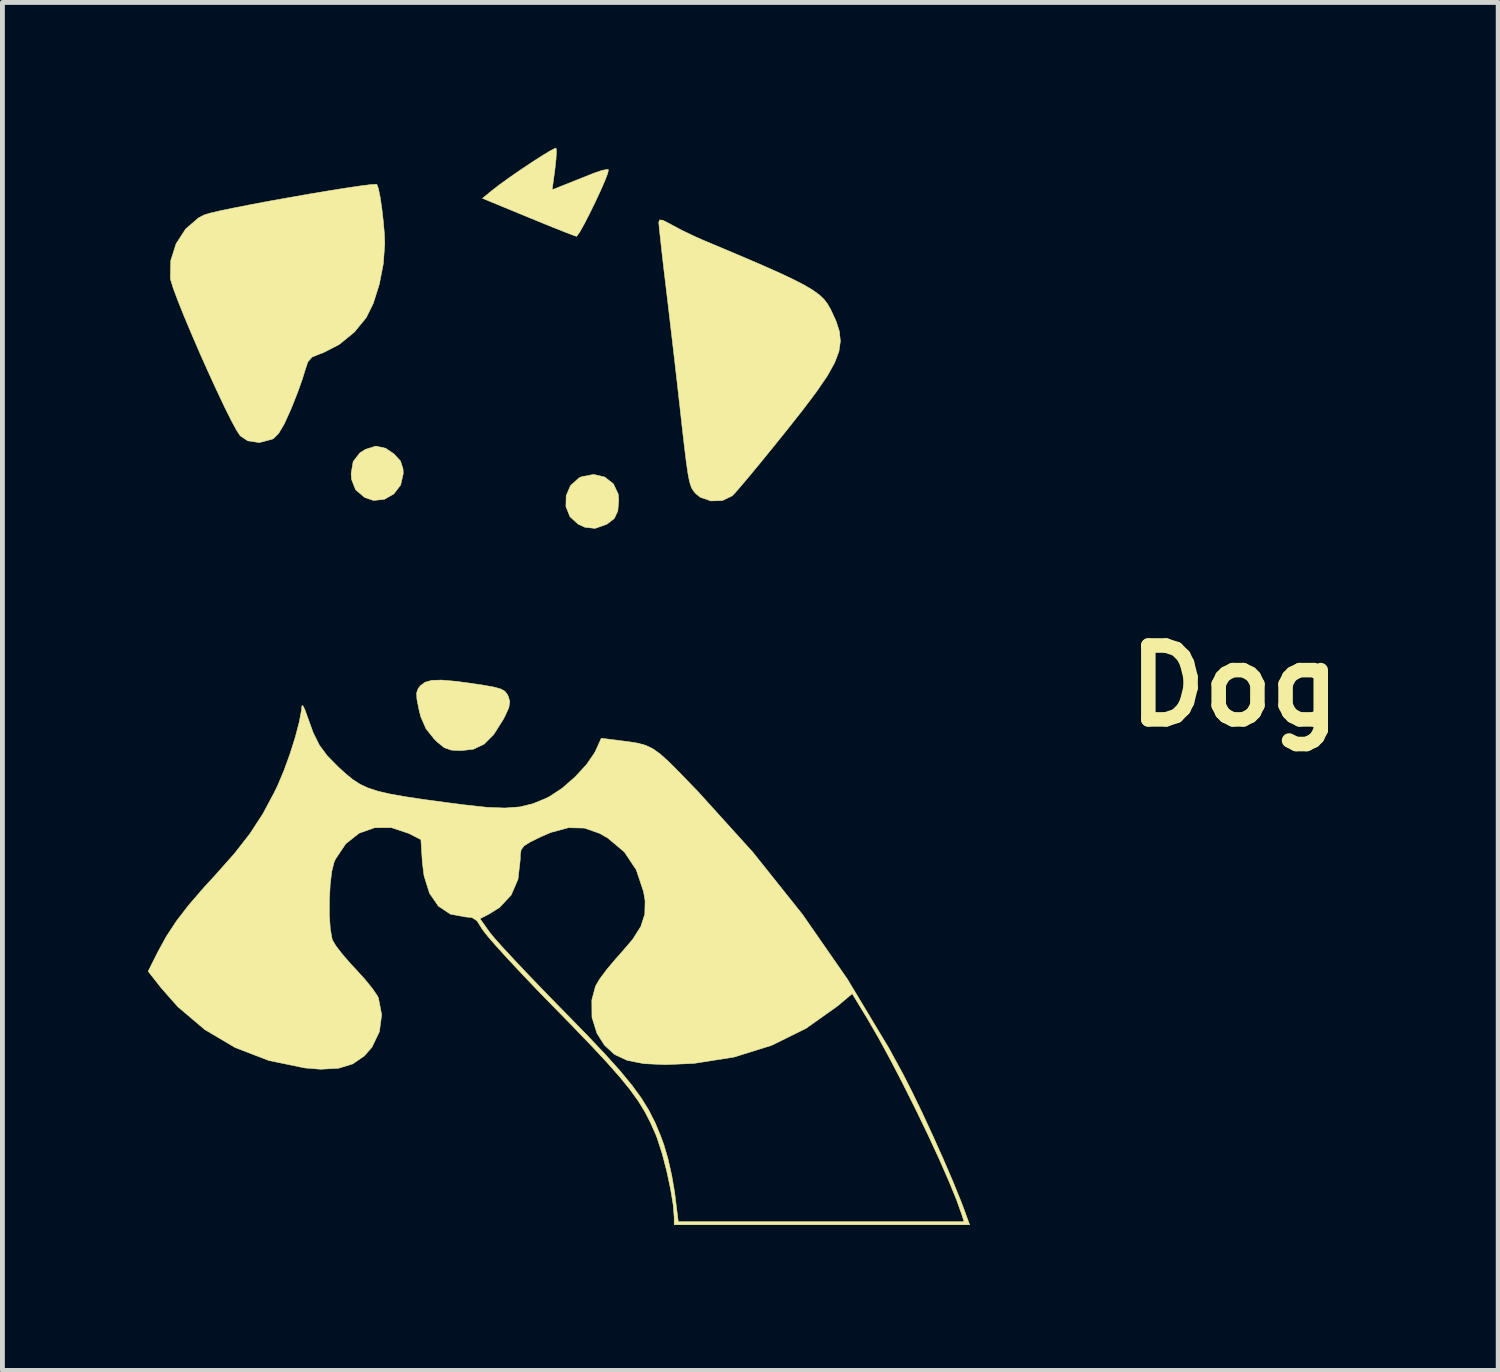
<source format=kicad_pcb>
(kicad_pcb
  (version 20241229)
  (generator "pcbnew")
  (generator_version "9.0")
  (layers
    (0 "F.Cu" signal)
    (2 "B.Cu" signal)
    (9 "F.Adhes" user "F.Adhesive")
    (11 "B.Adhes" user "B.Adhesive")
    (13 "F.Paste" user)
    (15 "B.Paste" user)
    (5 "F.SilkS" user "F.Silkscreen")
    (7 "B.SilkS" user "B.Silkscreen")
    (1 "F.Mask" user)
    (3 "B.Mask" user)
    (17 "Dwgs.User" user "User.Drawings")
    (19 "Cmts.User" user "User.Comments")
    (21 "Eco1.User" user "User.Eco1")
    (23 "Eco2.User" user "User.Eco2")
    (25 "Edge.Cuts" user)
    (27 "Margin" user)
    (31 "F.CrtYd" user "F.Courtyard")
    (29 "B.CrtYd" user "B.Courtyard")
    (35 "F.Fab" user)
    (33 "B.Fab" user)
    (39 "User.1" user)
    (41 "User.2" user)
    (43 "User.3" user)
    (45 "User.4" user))
  (footprint "Dog"
    (layer "F.Cu")
    (at 8.442 11.098)
    (property "Reference" "Dog" (at 13.97 0 0) (layer "F.SilkS") (effects (font (size 1.524 1.524) (thickness 0.3))))
    (attr through_hole)
    (fp_poly (pts (xy -3.54 -4.904) (xy -3.37 -4.789) (xy -3.232 -4.64) (xy -3.179 -4.474) (xy -3.175 -4.381) (xy -3.228 -4.145) (xy -3.369 -3.961) (xy -3.565 -3.849) (xy -3.789 -3.826) (xy -3.969 -3.887) (xy -4.158 -4.046) (xy -4.242 -4.26) (xy -4.25 -4.381) (xy -4.208 -4.629) (xy -4.07 -4.807) (xy -3.957 -4.879) (xy -3.743 -4.947) (xy -3.54 -4.904)) (stroke (width 0.01) (type solid)) (fill yes) (layer "F.SilkS"))
    (fp_poly (pts (xy 0.981 -4.309) (xy 1.159 -4.169) (xy 1.258 -3.96) (xy 1.27 -3.847) (xy 1.251 -3.61) (xy 1.179 -3.455) (xy 1.036 -3.344) (xy 1.011 -3.331) (xy 0.783 -3.25) (xy 0.575 -3.272) (xy 0.435 -3.335) (xy 0.263 -3.491) (xy 0.18 -3.7) (xy 0.185 -3.926) (xy 0.275 -4.134) (xy 0.448 -4.29) (xy 0.499 -4.314) (xy 0.752 -4.363) (xy 0.981 -4.309)) (stroke (width 0.01) (type solid)) (fill yes) (layer "F.SilkS"))
    (fp_poly (pts (xy -2.095 -0.097) (xy -1.822 -0.061) (xy -1.506 -0.014) (xy -1.292 0.025) (xy -1.157 0.064) (xy -1.077 0.111) (xy -1.028 0.174) (xy -1.006 0.218) (xy -0.977 0.326) (xy -0.998 0.449) (xy -1.079 0.627) (xy -1.117 0.698) (xy -1.31 1.003) (xy -1.507 1.2) (xy -1.729 1.305) (xy -1.981 1.333) (xy -2.185 1.323) (xy -2.329 1.273) (xy -2.472 1.158) (xy -2.536 1.095) (xy -2.706 0.883) (xy -2.813 0.637) (xy -2.851 0.487) (xy -2.893 0.274) (xy -2.9 0.143) (xy -2.868 0.055) (xy -2.822 -0.005) (xy -2.726 -0.077) (xy -2.588 -0.116) (xy -2.384 -0.122) (xy -2.095 -0.097)) (stroke (width 0.01) (type solid)) (fill yes) (layer "F.SilkS"))
    (fp_poly (pts (xy -0.015 -11.019) (xy -0.025 -10.856) (xy -0.048 -10.649) (xy -0.104 -10.234) (xy 0.186 -10.349) (xy 0.432 -10.447) (xy 0.687 -10.549) (xy 0.749 -10.574) (xy 0.917 -10.632) (xy 1.032 -10.654) (xy 1.056 -10.649) (xy 1.045 -10.581) (xy 0.987 -10.429) (xy 0.896 -10.22) (xy 0.785 -9.981) (xy 0.667 -9.74) (xy 0.556 -9.524) (xy 0.464 -9.361) (xy 0.406 -9.279) (xy 0.396 -9.274) (xy 0.324 -9.298) (xy 0.156 -9.363) (xy -0.088 -9.46) (xy -0.386 -9.581) (xy -0.596 -9.667) (xy -1.541 -10.057) (xy -1.358 -10.208) (xy -1.197 -10.333) (xy -0.988 -10.484) (xy -0.754 -10.646) (xy -0.519 -10.803) (xy -0.305 -10.94) (xy -0.137 -11.042) (xy -0.038 -11.091) (xy -0.023 -11.093) (xy -0.015 -11.019)) (stroke (width 0.01) (type solid)) (fill yes) (layer "F.SilkS"))
    (fp_poly (pts (xy -3.718 -10.343) (xy -3.687 -10.258) (xy -3.651 -10.08) (xy -3.616 -9.843) (xy -3.586 -9.581) (xy -3.564 -9.327) (xy -3.556 -9.125) (xy -3.586 -8.709) (xy -3.669 -8.283) (xy -3.792 -7.893) (xy -3.937 -7.598) (xy -4.184 -7.297) (xy -4.497 -7.042) (xy -4.832 -6.87) (xy -4.894 -6.849) (xy -5.053 -6.785) (xy -5.141 -6.687) (xy -5.2 -6.511) (xy -5.256 -6.329) (xy -5.346 -6.075) (xy -5.455 -5.797) (xy -5.494 -5.703) (xy -5.628 -5.406) (xy -5.742 -5.213) (xy -5.846 -5.107) (xy -5.879 -5.089) (xy -6.144 -5.02) (xy -6.383 -5.056) (xy -6.537 -5.159) (xy -6.61 -5.268) (xy -6.721 -5.474) (xy -6.862 -5.757) (xy -7.023 -6.097) (xy -7.196 -6.474) (xy -7.372 -6.868) (xy -7.54 -7.258) (xy -7.694 -7.624) (xy -7.823 -7.946) (xy -7.919 -8.203) (xy -7.972 -8.375) (xy -7.978 -8.409) (xy -7.971 -8.772) (xy -7.861 -9.12) (xy -7.664 -9.425) (xy -7.399 -9.654) (xy -7.278 -9.717) (xy -7.161 -9.752) (xy -6.947 -9.802) (xy -6.656 -9.862) (xy -6.305 -9.931) (xy -5.916 -10.004) (xy -5.507 -10.077) (xy -5.098 -10.149) (xy -4.708 -10.214) (xy -4.358 -10.27) (xy -4.065 -10.313) (xy -3.851 -10.34) (xy -3.733 -10.347) (xy -3.718 -10.343)) (stroke (width 0.01) (type solid)) (fill yes) (layer "F.SilkS"))
    (fp_poly (pts (xy 2.18 -9.605) (xy 2.322 -9.533) (xy 2.365 -9.508) (xy 2.578 -9.395) (xy 2.839 -9.27) (xy 3.016 -9.192) (xy 3.618 -8.939) (xy 4.113 -8.728) (xy 4.513 -8.552) (xy 4.831 -8.404) (xy 5.077 -8.279) (xy 5.263 -8.17) (xy 5.4 -8.072) (xy 5.501 -7.977) (xy 5.576 -7.879) (xy 5.637 -7.773) (xy 5.644 -7.759) (xy 5.752 -7.525) (xy 5.82 -7.314) (xy 5.841 -7.11) (xy 5.811 -6.9) (xy 5.723 -6.667) (xy 5.573 -6.398) (xy 5.354 -6.077) (xy 5.062 -5.689) (xy 4.722 -5.259) (xy 4.444 -4.914) (xy 4.186 -4.597) (xy 3.96 -4.324) (xy 3.779 -4.109) (xy 3.655 -3.968) (xy 3.609 -3.921) (xy 3.407 -3.824) (xy 3.17 -3.816) (xy 2.951 -3.892) (xy 2.863 -3.962) (xy 2.819 -4.012) (xy 2.783 -4.065) (xy 2.751 -4.138) (xy 2.723 -4.244) (xy 2.694 -4.398) (xy 2.663 -4.616) (xy 2.626 -4.913) (xy 2.581 -5.302) (xy 2.526 -5.799) (xy 2.51 -5.937) (xy 2.47 -6.293) (xy 2.419 -6.736) (xy 2.362 -7.226) (xy 2.304 -7.723) (xy 2.254 -8.143) (xy 2.206 -8.543) (xy 2.164 -8.904) (xy 2.131 -9.206) (xy 2.107 -9.427) (xy 2.096 -9.549) (xy 2.095 -9.562) (xy 2.112 -9.613) (xy 2.18 -9.605)) (stroke (width 0.01) (type solid)) (fill yes) (layer "F.SilkS"))
    (fp_poly (pts (xy -5.205 0.486) (xy -5.151 0.635) (xy -5.031 0.968) (xy -4.904 1.222) (xy -4.742 1.44) (xy -4.516 1.669) (xy -4.512 1.673) (xy -4.356 1.815) (xy -4.214 1.931) (xy -4.069 2.025) (xy -3.904 2.102) (xy -3.704 2.168) (xy -3.451 2.227) (xy -3.129 2.284) (xy -2.723 2.345) (xy -2.214 2.413) (xy -1.921 2.451) (xy -1.454 2.502) (xy -1.081 2.517) (xy -0.772 2.494) (xy -0.5 2.428) (xy -0.235 2.319) (xy -0.154 2.278) (xy 0.104 2.108) (xy 0.368 1.877) (xy 0.603 1.622) (xy 0.77 1.38) (xy 0.797 1.325) (xy 0.909 1.078) (xy 1.232 1.119) (xy 1.477 1.15) (xy 1.669 1.181) (xy 1.828 1.225) (xy 1.972 1.294) (xy 2.122 1.401) (xy 2.296 1.557) (xy 2.514 1.775) (xy 2.796 2.067) (xy 2.907 2.182) (xy 4.038 3.432) (xy 5.059 4.712) (xy 5.986 6.047) (xy 6.834 7.458) (xy 7.131 8.001) (xy 7.319 8.371) (xy 7.533 8.813) (xy 7.755 9.293) (xy 7.972 9.778) (xy 8.167 10.232) (xy 8.325 10.622) (xy 8.373 10.747) (xy 8.507 11.113) (xy 2.413 11.113) (xy 2.413 10.962) (xy 2.393 10.706) (xy 2.338 10.374) (xy 2.259 10.006) (xy 2.165 9.644) (xy 2.064 9.332) (xy 2.026 9.235) (xy 1.922 9.002) (xy 1.808 8.781) (xy 1.672 8.56) (xy 1.504 8.327) (xy 1.294 8.068) (xy 1.031 7.77) (xy 0.706 7.421) (xy 0.307 7.006) (xy -0.055 6.636) (xy -0.404 6.278) (xy -0.728 5.938) (xy -1.016 5.63) (xy -1.255 5.367) (xy -1.433 5.162) (xy -1.537 5.029) (xy -1.555 5.001) (xy -1.653 4.845) (xy -1.72 4.8) (xy -1.592 4.8) (xy -1.391 5.083) (xy -1.295 5.2) (xy -1.123 5.393) (xy -0.887 5.647) (xy -0.602 5.949) (xy -0.28 6.284) (xy 0.066 6.639) (xy 0.157 6.731) (xy 0.615 7.2) (xy 0.991 7.598) (xy 1.297 7.938) (xy 1.541 8.235) (xy 1.737 8.503) (xy 1.893 8.757) (xy 2.022 9.012) (xy 2.134 9.282) (xy 2.2 9.463) (xy 2.285 9.752) (xy 2.363 10.1) (xy 2.421 10.437) (xy 2.427 10.483) (xy 2.497 11.049) (xy 8.391 11.049) (xy 8.346 10.906) (xy 8.239 10.605) (xy 8.08 10.216) (xy 7.88 9.76) (xy 7.649 9.26) (xy 7.397 8.738) (xy 7.136 8.216) (xy 6.877 7.717) (xy 6.629 7.261) (xy 6.404 6.872) (xy 6.385 6.841) (xy 6.085 6.347) (xy 5.78 6.603) (xy 5.133 7.062) (xy 4.422 7.413) (xy 3.65 7.654) (xy 2.818 7.785) (xy 2.236 7.81) (xy 1.79 7.79) (xy 1.444 7.722) (xy 1.179 7.598) (xy 0.974 7.408) (xy 0.819 7.162) (xy 0.717 6.834) (xy 0.714 6.476) (xy 0.79 6.191) (xy 0.874 6.047) (xy 1.023 5.847) (xy 1.209 5.626) (xy 1.293 5.533) (xy 1.558 5.225) (xy 1.726 4.958) (xy 1.807 4.703) (xy 1.813 4.433) (xy 1.782 4.246) (xy 1.631 3.793) (xy 1.387 3.426) (xy 1.045 3.138) (xy 0.874 3.04) (xy 0.56 2.931) (xy 0.232 2.924) (xy -0.133 3.022) (xy -0.342 3.113) (xy -0.558 3.219) (xy -0.683 3.298) (xy -0.743 3.377) (xy -0.761 3.482) (xy -0.762 3.579) (xy -0.808 3.986) (xy -0.949 4.313) (xy -1.19 4.57) (xy -1.415 4.71) (xy -1.592 4.8) (xy -1.72 4.8) (xy -1.757 4.777) (xy -1.894 4.763) (xy -2.202 4.706) (xy -2.45 4.542) (xy -2.634 4.275) (xy -2.747 3.913) (xy -2.781 3.64) (xy -2.811 3.169) (xy -3.064 3.04) (xy -3.419 2.922) (xy -3.766 2.924) (xy -4.086 3.037) (xy -4.361 3.255) (xy -4.572 3.57) (xy -4.601 3.634) (xy -4.649 3.823) (xy -4.682 4.096) (xy -4.698 4.412) (xy -4.698 4.732) (xy -4.679 5.015) (xy -4.642 5.219) (xy -4.634 5.242) (xy -4.562 5.364) (xy -4.423 5.543) (xy -4.243 5.748) (xy -4.162 5.834) (xy -3.972 6.043) (xy -3.812 6.239) (xy -3.708 6.392) (xy -3.687 6.434) (xy -3.62 6.781) (xy -3.667 7.131) (xy -3.821 7.451) (xy -3.977 7.63) (xy -4.216 7.795) (xy -4.51 7.885) (xy -4.879 7.905) (xy -5.208 7.878) (xy -5.951 7.724) (xy -6.641 7.459) (xy -7.269 7.087) (xy -7.827 6.614) (xy -8.164 6.232) (xy -8.437 5.885) (xy -8.243 5.498) (xy -8.064 5.17) (xy -7.857 4.854) (xy -7.602 4.522) (xy -7.28 4.15) (xy -7.057 3.907) (xy -6.659 3.459) (xy -6.339 3.049) (xy -6.072 2.64) (xy -5.835 2.196) (xy -5.768 2.058) (xy -5.637 1.748) (xy -5.511 1.401) (xy -5.401 1.052) (xy -5.318 0.736) (xy -5.272 0.487) (xy -5.267 0.418) (xy -5.249 0.401) (xy -5.205 0.486)) (stroke (width 0.01) (type solid)) (fill yes) (layer "F.SilkS")))
  (gr_rect
    (start -3 -3)
    (end 27.85 25.215)
    (stroke (width 0.1) (type default))
    (fill no)
    (layer "Edge.Cuts")))
</source>
